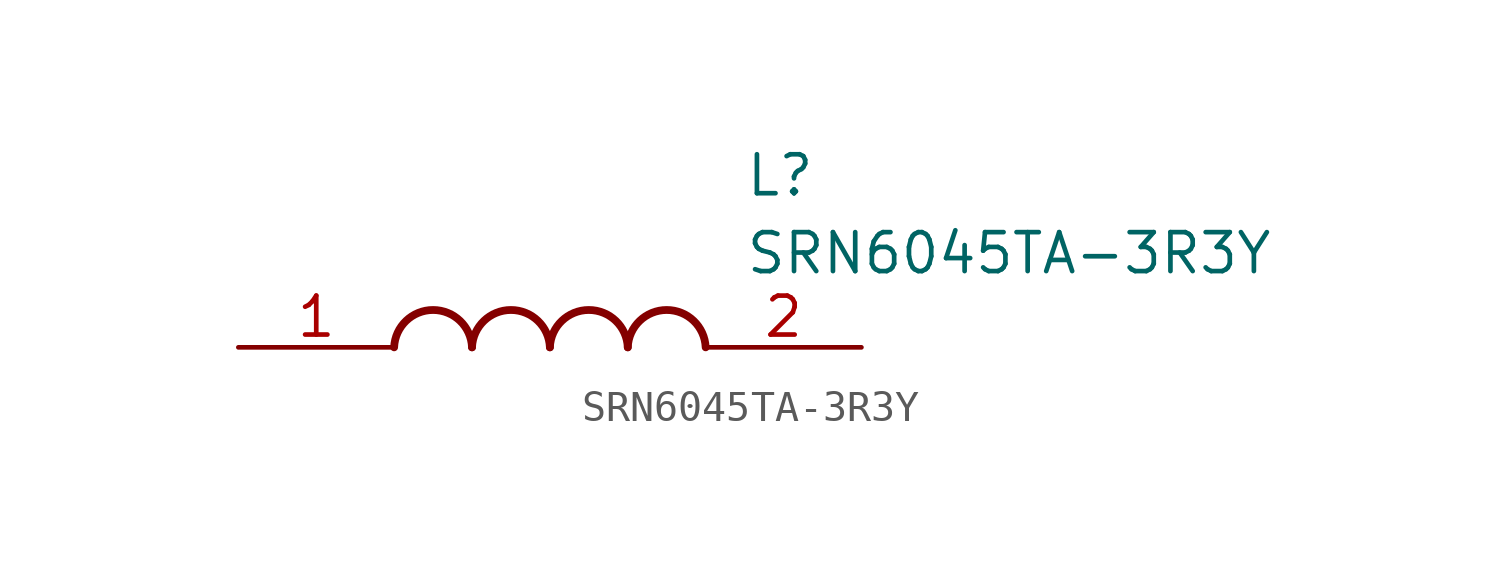
<source format=kicad_sym>
(kicad_symbol_lib
  (version 20211014)
  (generator SamacSys_ECAD_Model)
  (symbol "SRN6045TA-3R3Y"
    (pin_names hide)
    (property "Reference" "L"
      (at 16.51 6.35 0)
      (effects (font (size 1.27 1.27)) (justify left top)))
    (property "Value" "SRN6045TA-3R3Y"
      (at 16.51 3.81 0)
      (effects (font (size 1.27 1.27)) (justify left top)))
    (arc
      (start 7.62 0)
      (mid 6.35 1.219)
      (end 5.08 0)
      (stroke (width 0.254) (type default))
      (fill (type none)))
    (arc
      (start 10.16 0)
      (mid 8.89 1.219)
      (end 7.62 0)
      (stroke (width 0.254) (type default))
      (fill (type none)))
    (arc
      (start 12.7 0)
      (mid 11.43 1.219)
      (end 10.16 0)
      (stroke (width 0.254) (type default))
      (fill (type none)))
    (arc
      (start 15.24 0)
      (mid 13.97 1.219)
      (end 12.7 0)
      (stroke (width 0.254) (type default))
      (fill (type none)))
    (pin passive line
      (at 0 0 0)
      (length 5.08)
      (name "1" (effects (font (size 1.27 1.27))))
      (number "1" (effects (font (size 1.27 1.27)))))
    (pin passive line
      (at 20.32 0 180)
      (length 5.08)
      (name "2" (effects (font (size 1.27 1.27))))
      (number "2" (effects (font (size 1.27 1.27)))))))
</source>
